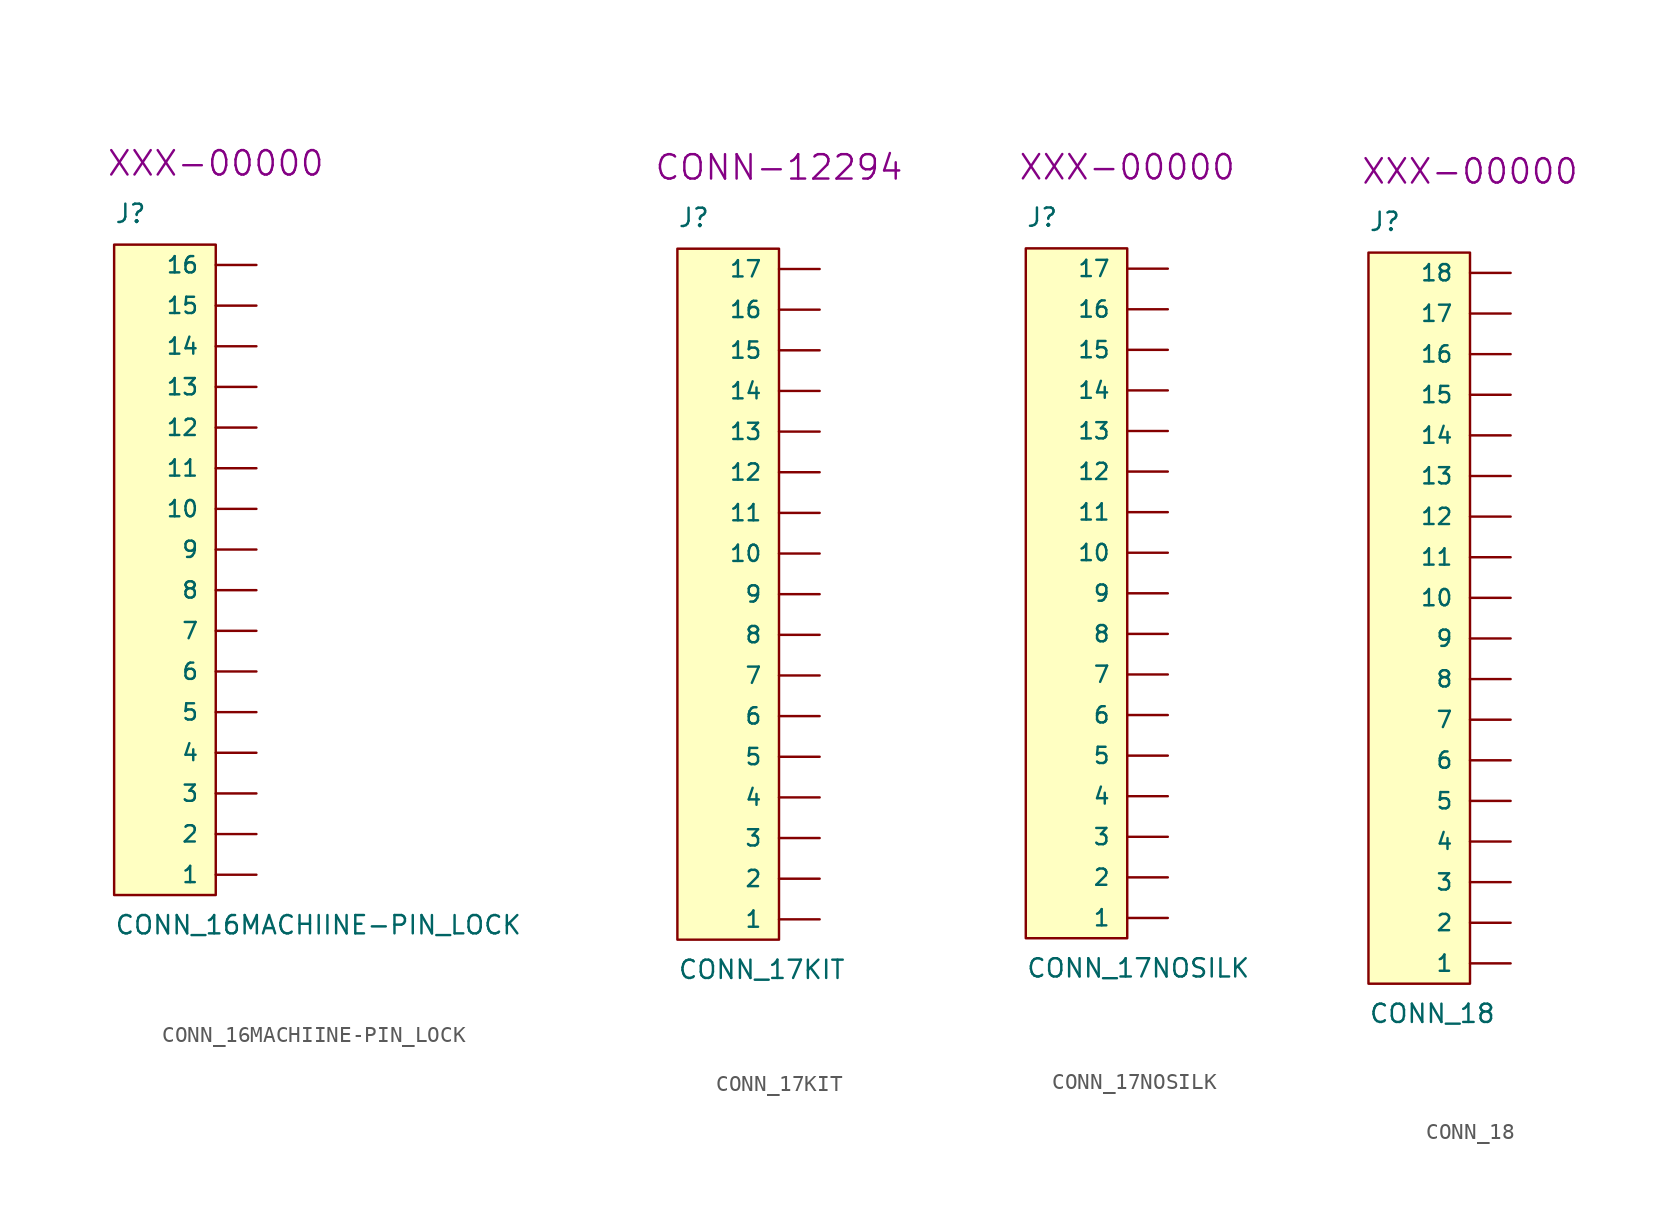
<source format=kicad_sym>
(kicad_symbol_lib
  (version 20201005)
  (generator kicad_symbol_editor)
  (symbol "CONN_16MACHIINE-PIN_LOCK"
    (pin_numbers hide)
    (pin_names
      (offset 1.016))
    (property "Reference" "J"
      (at -6.35 40.64 0)
      (effects (font (size 1.143 1.143)) (justify left bottom)))
    (property "Value" "CONN_16MACHIINE-PIN_LOCK"
      (at -6.35 -3.81 0)
      (effects (font (size 1.143 1.143)) (justify left bottom)))
    (property "Field4" "XXX-00000"
      (at 0 44.45 0)
      (effects (font (size 1.524 1.524))))
    (property "ki_locked" ""
      (at 0 0 0)
      (effects (font (size 1.27 1.27))))
    (symbol "CONN_16MACHIINE-PIN_LOCK_0_1"
      (rectangle (start 0 -1.27) (end -6.35 39.37) (stroke (width 0)) (fill (type background))))
    (symbol "CONN_16MACHIINE-PIN_LOCK_1_1"
      (pin passive line (at 2.54 0 180) (length 2.54) (name "1" (effects (font (size 1.016 1.016)))) (number "1" (effects (font (size 1.016 1.016)))))
      (pin passive line (at 2.54 2.54 180) (length 2.54) (name "2" (effects (font (size 1.016 1.016)))) (number "2" (effects (font (size 1.016 1.016)))))
      (pin passive line (at 2.54 5.08 180) (length 2.54) (name "3" (effects (font (size 1.016 1.016)))) (number "3" (effects (font (size 1.016 1.016)))))
      (pin passive line (at 2.54 7.62 180) (length 2.54) (name "4" (effects (font (size 1.016 1.016)))) (number "4" (effects (font (size 1.016 1.016)))))
      (pin passive line (at 2.54 10.16 180) (length 2.54) (name "5" (effects (font (size 1.016 1.016)))) (number "5" (effects (font (size 1.016 1.016)))))
      (pin passive line (at 2.54 12.7 180) (length 2.54) (name "6" (effects (font (size 1.016 1.016)))) (number "6" (effects (font (size 1.016 1.016)))))
      (pin passive line (at 2.54 15.24 180) (length 2.54) (name "7" (effects (font (size 1.016 1.016)))) (number "7" (effects (font (size 1.016 1.016)))))
      (pin passive line (at 2.54 17.78 180) (length 2.54) (name "8" (effects (font (size 1.016 1.016)))) (number "8" (effects (font (size 1.016 1.016)))))
      (pin passive line (at 2.54 20.32 180) (length 2.54) (name "9" (effects (font (size 1.016 1.016)))) (number "9" (effects (font (size 1.016 1.016)))))
      (pin passive line (at 2.54 22.86 180) (length 2.54) (name "10" (effects (font (size 1.016 1.016)))) (number "10" (effects (font (size 1.016 1.016)))))
      (pin passive line (at 2.54 25.4 180) (length 2.54) (name "11" (effects (font (size 1.016 1.016)))) (number "11" (effects (font (size 1.016 1.016)))))
      (pin passive line (at 2.54 27.94 180) (length 2.54) (name "12" (effects (font (size 1.016 1.016)))) (number "12" (effects (font (size 1.016 1.016)))))
      (pin passive line (at 2.54 30.48 180) (length 2.54) (name "13" (effects (font (size 1.016 1.016)))) (number "13" (effects (font (size 1.016 1.016)))))
      (pin passive line (at 2.54 33.02 180) (length 2.54) (name "14" (effects (font (size 1.016 1.016)))) (number "14" (effects (font (size 1.016 1.016)))))
      (pin passive line (at 2.54 35.56 180) (length 2.54) (name "15" (effects (font (size 1.016 1.016)))) (number "15" (effects (font (size 1.016 1.016)))))
      (pin passive line (at 2.54 38.1 180) (length 2.54) (name "16" (effects (font (size 1.016 1.016)))) (number "16" (effects (font (size 1.016 1.016)))))))
  (symbol "CONN_17KIT"
    (pin_numbers hide)
    (pin_names
      (offset 1.016))
    (property "Reference" "J"
      (at -6.35 43.18 0)
      (effects (font (size 1.143 1.143)) (justify left bottom)))
    (property "Value" "CONN_17KIT"
      (at -6.35 -3.81 0)
      (effects (font (size 1.143 1.143)) (justify left bottom)))
    (property "Field4" "CONN-12294"
      (at 0 46.99 0)
      (effects (font (size 1.524 1.524))))
    (property "ki_locked" ""
      (at 0 0 0)
      (effects (font (size 1.27 1.27))))
    (symbol "CONN_17KIT_0_1"
      (rectangle (start 0 -1.27) (end -6.35 41.91) (stroke (width 0)) (fill (type background))))
    (symbol "CONN_17KIT_1_1"
      (pin passive line (at 2.54 0 180) (length 2.54) (name "1" (effects (font (size 1.016 1.016)))) (number "1" (effects (font (size 1.016 1.016)))))
      (pin passive line (at 2.54 2.54 180) (length 2.54) (name "2" (effects (font (size 1.016 1.016)))) (number "2" (effects (font (size 1.016 1.016)))))
      (pin passive line (at 2.54 5.08 180) (length 2.54) (name "3" (effects (font (size 1.016 1.016)))) (number "3" (effects (font (size 1.016 1.016)))))
      (pin passive line (at 2.54 7.62 180) (length 2.54) (name "4" (effects (font (size 1.016 1.016)))) (number "4" (effects (font (size 1.016 1.016)))))
      (pin passive line (at 2.54 10.16 180) (length 2.54) (name "5" (effects (font (size 1.016 1.016)))) (number "5" (effects (font (size 1.016 1.016)))))
      (pin passive line (at 2.54 12.7 180) (length 2.54) (name "6" (effects (font (size 1.016 1.016)))) (number "6" (effects (font (size 1.016 1.016)))))
      (pin passive line (at 2.54 15.24 180) (length 2.54) (name "7" (effects (font (size 1.016 1.016)))) (number "7" (effects (font (size 1.016 1.016)))))
      (pin passive line (at 2.54 17.78 180) (length 2.54) (name "8" (effects (font (size 1.016 1.016)))) (number "8" (effects (font (size 1.016 1.016)))))
      (pin passive line (at 2.54 20.32 180) (length 2.54) (name "9" (effects (font (size 1.016 1.016)))) (number "9" (effects (font (size 1.016 1.016)))))
      (pin passive line (at 2.54 22.86 180) (length 2.54) (name "10" (effects (font (size 1.016 1.016)))) (number "10" (effects (font (size 1.016 1.016)))))
      (pin passive line (at 2.54 25.4 180) (length 2.54) (name "11" (effects (font (size 1.016 1.016)))) (number "11" (effects (font (size 1.016 1.016)))))
      (pin passive line (at 2.54 27.94 180) (length 2.54) (name "12" (effects (font (size 1.016 1.016)))) (number "12" (effects (font (size 1.016 1.016)))))
      (pin passive line (at 2.54 30.48 180) (length 2.54) (name "13" (effects (font (size 1.016 1.016)))) (number "13" (effects (font (size 1.016 1.016)))))
      (pin passive line (at 2.54 33.02 180) (length 2.54) (name "14" (effects (font (size 1.016 1.016)))) (number "14" (effects (font (size 1.016 1.016)))))
      (pin passive line (at 2.54 35.56 180) (length 2.54) (name "15" (effects (font (size 1.016 1.016)))) (number "15" (effects (font (size 1.016 1.016)))))
      (pin passive line (at 2.54 38.1 180) (length 2.54) (name "16" (effects (font (size 1.016 1.016)))) (number "16" (effects (font (size 1.016 1.016)))))
      (pin passive line (at 2.54 40.64 180) (length 2.54) (name "17" (effects (font (size 1.016 1.016)))) (number "17" (effects (font (size 1.016 1.016)))))))
  (symbol "CONN_17NOSILK"
    (pin_numbers hide)
    (pin_names
      (offset 1.016))
    (property "Reference" "J"
      (at -6.35 43.18 0)
      (effects (font (size 1.143 1.143)) (justify left bottom)))
    (property "Value" "CONN_17NOSILK"
      (at -6.35 -3.81 0)
      (effects (font (size 1.143 1.143)) (justify left bottom)))
    (property "Field4" "XXX-00000"
      (at 0 46.99 0)
      (effects (font (size 1.524 1.524))))
    (property "ki_locked" ""
      (at 0 0 0)
      (effects (font (size 1.27 1.27))))
    (symbol "CONN_17NOSILK_0_1"
      (rectangle (start 0 -1.27) (end -6.35 41.91) (stroke (width 0)) (fill (type background))))
    (symbol "CONN_17NOSILK_1_1"
      (pin passive line (at 2.54 0 180) (length 2.54) (name "1" (effects (font (size 1.016 1.016)))) (number "1" (effects (font (size 1.016 1.016)))))
      (pin passive line (at 2.54 2.54 180) (length 2.54) (name "2" (effects (font (size 1.016 1.016)))) (number "2" (effects (font (size 1.016 1.016)))))
      (pin passive line (at 2.54 5.08 180) (length 2.54) (name "3" (effects (font (size 1.016 1.016)))) (number "3" (effects (font (size 1.016 1.016)))))
      (pin passive line (at 2.54 7.62 180) (length 2.54) (name "4" (effects (font (size 1.016 1.016)))) (number "4" (effects (font (size 1.016 1.016)))))
      (pin passive line (at 2.54 10.16 180) (length 2.54) (name "5" (effects (font (size 1.016 1.016)))) (number "5" (effects (font (size 1.016 1.016)))))
      (pin passive line (at 2.54 12.7 180) (length 2.54) (name "6" (effects (font (size 1.016 1.016)))) (number "6" (effects (font (size 1.016 1.016)))))
      (pin passive line (at 2.54 15.24 180) (length 2.54) (name "7" (effects (font (size 1.016 1.016)))) (number "7" (effects (font (size 1.016 1.016)))))
      (pin passive line (at 2.54 17.78 180) (length 2.54) (name "8" (effects (font (size 1.016 1.016)))) (number "8" (effects (font (size 1.016 1.016)))))
      (pin passive line (at 2.54 20.32 180) (length 2.54) (name "9" (effects (font (size 1.016 1.016)))) (number "9" (effects (font (size 1.016 1.016)))))
      (pin passive line (at 2.54 22.86 180) (length 2.54) (name "10" (effects (font (size 1.016 1.016)))) (number "10" (effects (font (size 1.016 1.016)))))
      (pin passive line (at 2.54 25.4 180) (length 2.54) (name "11" (effects (font (size 1.016 1.016)))) (number "11" (effects (font (size 1.016 1.016)))))
      (pin passive line (at 2.54 27.94 180) (length 2.54) (name "12" (effects (font (size 1.016 1.016)))) (number "12" (effects (font (size 1.016 1.016)))))
      (pin passive line (at 2.54 30.48 180) (length 2.54) (name "13" (effects (font (size 1.016 1.016)))) (number "13" (effects (font (size 1.016 1.016)))))
      (pin passive line (at 2.54 33.02 180) (length 2.54) (name "14" (effects (font (size 1.016 1.016)))) (number "14" (effects (font (size 1.016 1.016)))))
      (pin passive line (at 2.54 35.56 180) (length 2.54) (name "15" (effects (font (size 1.016 1.016)))) (number "15" (effects (font (size 1.016 1.016)))))
      (pin passive line (at 2.54 38.1 180) (length 2.54) (name "16" (effects (font (size 1.016 1.016)))) (number "16" (effects (font (size 1.016 1.016)))))
      (pin passive line (at 2.54 40.64 180) (length 2.54) (name "17" (effects (font (size 1.016 1.016)))) (number "17" (effects (font (size 1.016 1.016)))))))
  (symbol "CONN_18"
    (pin_numbers hide)
    (pin_names
      (offset 1.016))
    (property "Reference" "J"
      (at -6.35 45.72 0)
      (effects (font (size 1.143 1.143)) (justify left bottom)))
    (property "Value" "CONN_18"
      (at -6.35 -3.81 0)
      (effects (font (size 1.143 1.143)) (justify left bottom)))
    (property "Field4" "XXX-00000"
      (at 0 49.53 0)
      (effects (font (size 1.524 1.524))))
    (property "ki_locked" ""
      (at 0 0 0)
      (effects (font (size 1.27 1.27))))
    (symbol "CONN_18_0_1"
      (rectangle (start 0 -1.27) (end -6.35 44.45) (stroke (width 0)) (fill (type background))))
    (symbol "CONN_18_1_1"
      (pin passive line (at 2.54 0 180) (length 2.54) (name "1" (effects (font (size 1.016 1.016)))) (number "1" (effects (font (size 1.016 1.016)))))
      (pin passive line (at 2.54 2.54 180) (length 2.54) (name "2" (effects (font (size 1.016 1.016)))) (number "2" (effects (font (size 1.016 1.016)))))
      (pin passive line (at 2.54 5.08 180) (length 2.54) (name "3" (effects (font (size 1.016 1.016)))) (number "3" (effects (font (size 1.016 1.016)))))
      (pin passive line (at 2.54 7.62 180) (length 2.54) (name "4" (effects (font (size 1.016 1.016)))) (number "4" (effects (font (size 1.016 1.016)))))
      (pin passive line (at 2.54 10.16 180) (length 2.54) (name "5" (effects (font (size 1.016 1.016)))) (number "5" (effects (font (size 1.016 1.016)))))
      (pin passive line (at 2.54 12.7 180) (length 2.54) (name "6" (effects (font (size 1.016 1.016)))) (number "6" (effects (font (size 1.016 1.016)))))
      (pin passive line (at 2.54 15.24 180) (length 2.54) (name "7" (effects (font (size 1.016 1.016)))) (number "7" (effects (font (size 1.016 1.016)))))
      (pin passive line (at 2.54 17.78 180) (length 2.54) (name "8" (effects (font (size 1.016 1.016)))) (number "8" (effects (font (size 1.016 1.016)))))
      (pin passive line (at 2.54 20.32 180) (length 2.54) (name "9" (effects (font (size 1.016 1.016)))) (number "9" (effects (font (size 1.016 1.016)))))
      (pin passive line (at 2.54 22.86 180) (length 2.54) (name "10" (effects (font (size 1.016 1.016)))) (number "10" (effects (font (size 1.016 1.016)))))
      (pin passive line (at 2.54 25.4 180) (length 2.54) (name "11" (effects (font (size 1.016 1.016)))) (number "11" (effects (font (size 1.016 1.016)))))
      (pin passive line (at 2.54 27.94 180) (length 2.54) (name "12" (effects (font (size 1.016 1.016)))) (number "12" (effects (font (size 1.016 1.016)))))
      (pin passive line (at 2.54 30.48 180) (length 2.54) (name "13" (effects (font (size 1.016 1.016)))) (number "13" (effects (font (size 1.016 1.016)))))
      (pin passive line (at 2.54 33.02 180) (length 2.54) (name "14" (effects (font (size 1.016 1.016)))) (number "14" (effects (font (size 1.016 1.016)))))
      (pin passive line (at 2.54 35.56 180) (length 2.54) (name "15" (effects (font (size 1.016 1.016)))) (number "15" (effects (font (size 1.016 1.016)))))
      (pin passive line (at 2.54 38.1 180) (length 2.54) (name "16" (effects (font (size 1.016 1.016)))) (number "16" (effects (font (size 1.016 1.016)))))
      (pin passive line (at 2.54 40.64 180) (length 2.54) (name "17" (effects (font (size 1.016 1.016)))) (number "17" (effects (font (size 1.016 1.016)))))
      (pin passive line (at 2.54 43.18 180) (length 2.54) (name "18" (effects (font (size 1.016 1.016)))) (number "18" (effects (font (size 1.016 1.016))))))))
</source>
